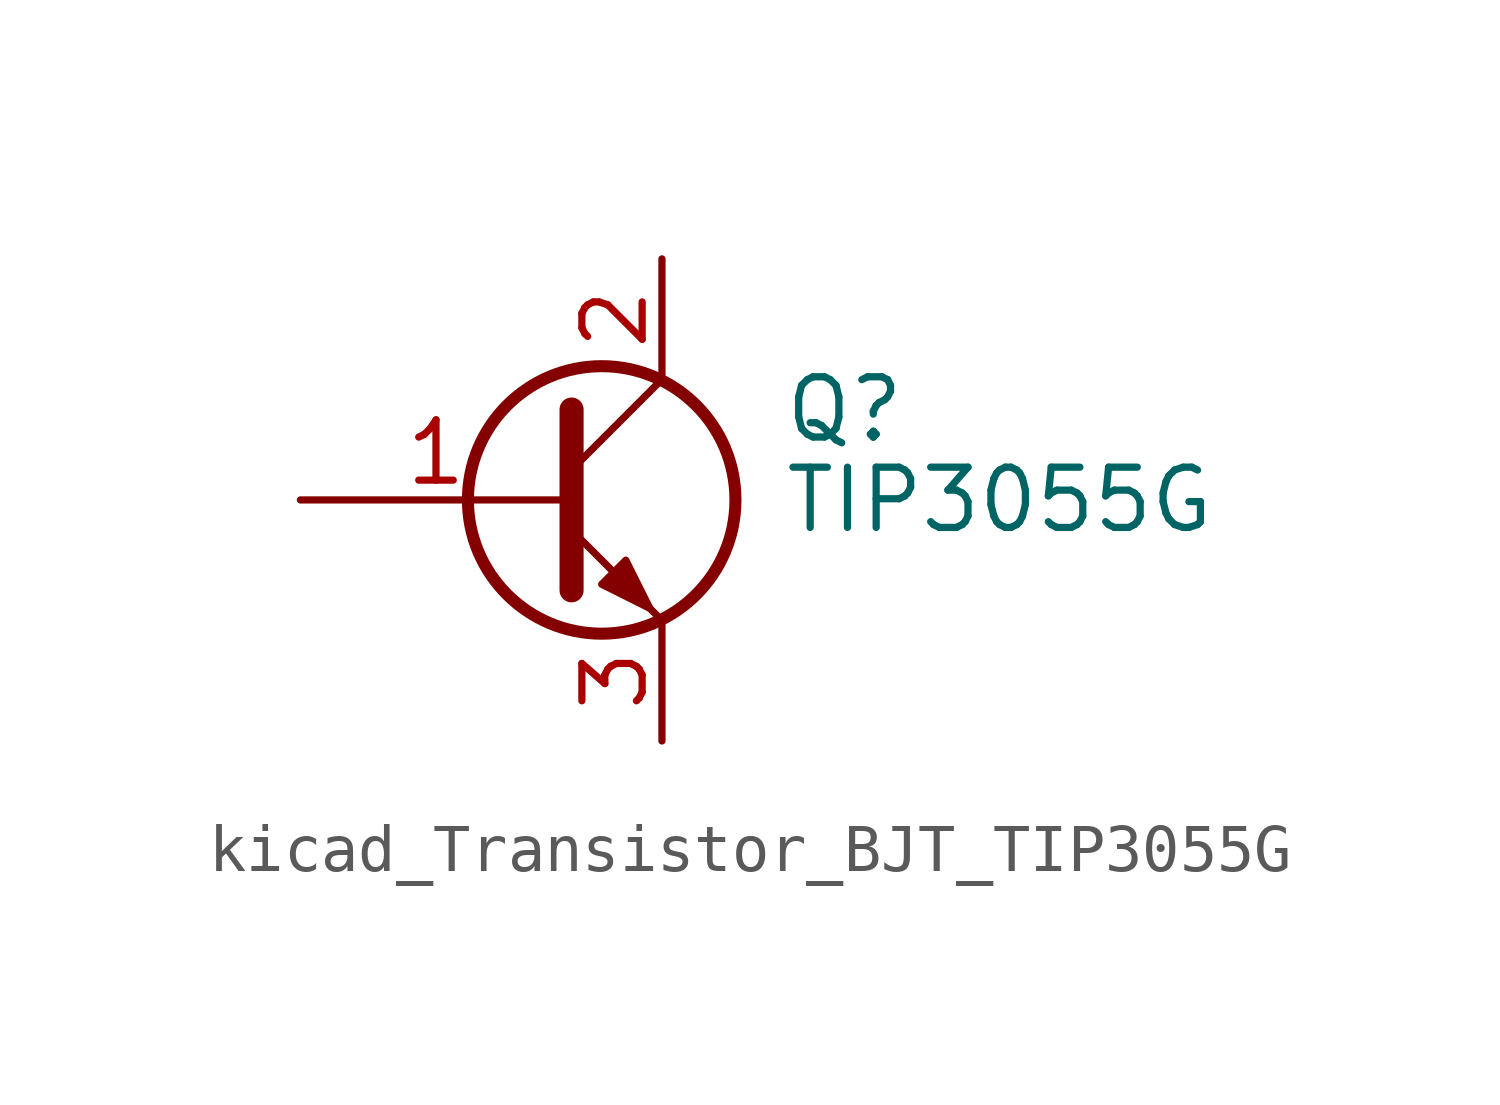
<source format=kicad_sym>
(kicad_symbol_lib
  (version 20220914)
  (generator kicad_symbol_editor)
  (symbol "kicad_Transistor_BJT_TIP3055G"
    (pin_names
      (offset 0) hide)
    (property "Reference" "Q"
      (at 5.08 1.905 0)
      (effects (font (size 1.27 1.27)) (justify left)))
    (property "Value" "TIP3055G"
      (at 5.08 0 0)
      (effects (font (size 1.27 1.27)) (justify left)))
    (symbol "kicad_Transistor_BJT_TIP3055G_0_1"
      (polyline (pts (xy 0.635 0.635) (xy 2.54 2.54)) (stroke (width 0) (type default)) (fill (type none)))
      (polyline (pts (xy 0.635 -0.635) (xy 2.54 -2.54) (xy 2.54 -2.54)) (stroke (width 0) (type default)) (fill (type none)))
      (polyline (pts (xy 0.635 1.905) (xy 0.635 -1.905) (xy 0.635 -1.905)) (stroke (width 0.508) (type default)) (fill (type none)))
      (polyline (pts (xy 1.27 -1.778) (xy 1.778 -1.27) (xy 2.286 -2.286) (xy 1.27 -1.778) (xy 1.27 -1.778)) (stroke (width 0) (type default)) (fill (type outline)))
      (circle (center 1.27 0) (radius 2.819) (stroke (width 0.254) (type default)) (fill (type none))))
    (symbol "kicad_Transistor_BJT_TIP3055G_1_1"
      (pin input line (at -5.08 0 0) (length 5.715) (name "B" (effects (font (size 1.27 1.27)))) (number "1" (effects (font (size 1.27 1.27)))))
      (pin passive line (at 2.54 5.08 270) (length 2.54) (name "C" (effects (font (size 1.27 1.27)))) (number "2" (effects (font (size 1.27 1.27)))))
      (pin passive line (at 2.54 -5.08 90) (length 2.54) (name "E" (effects (font (size 1.27 1.27)))) (number "3" (effects (font (size 1.27 1.27))))))))
</source>
